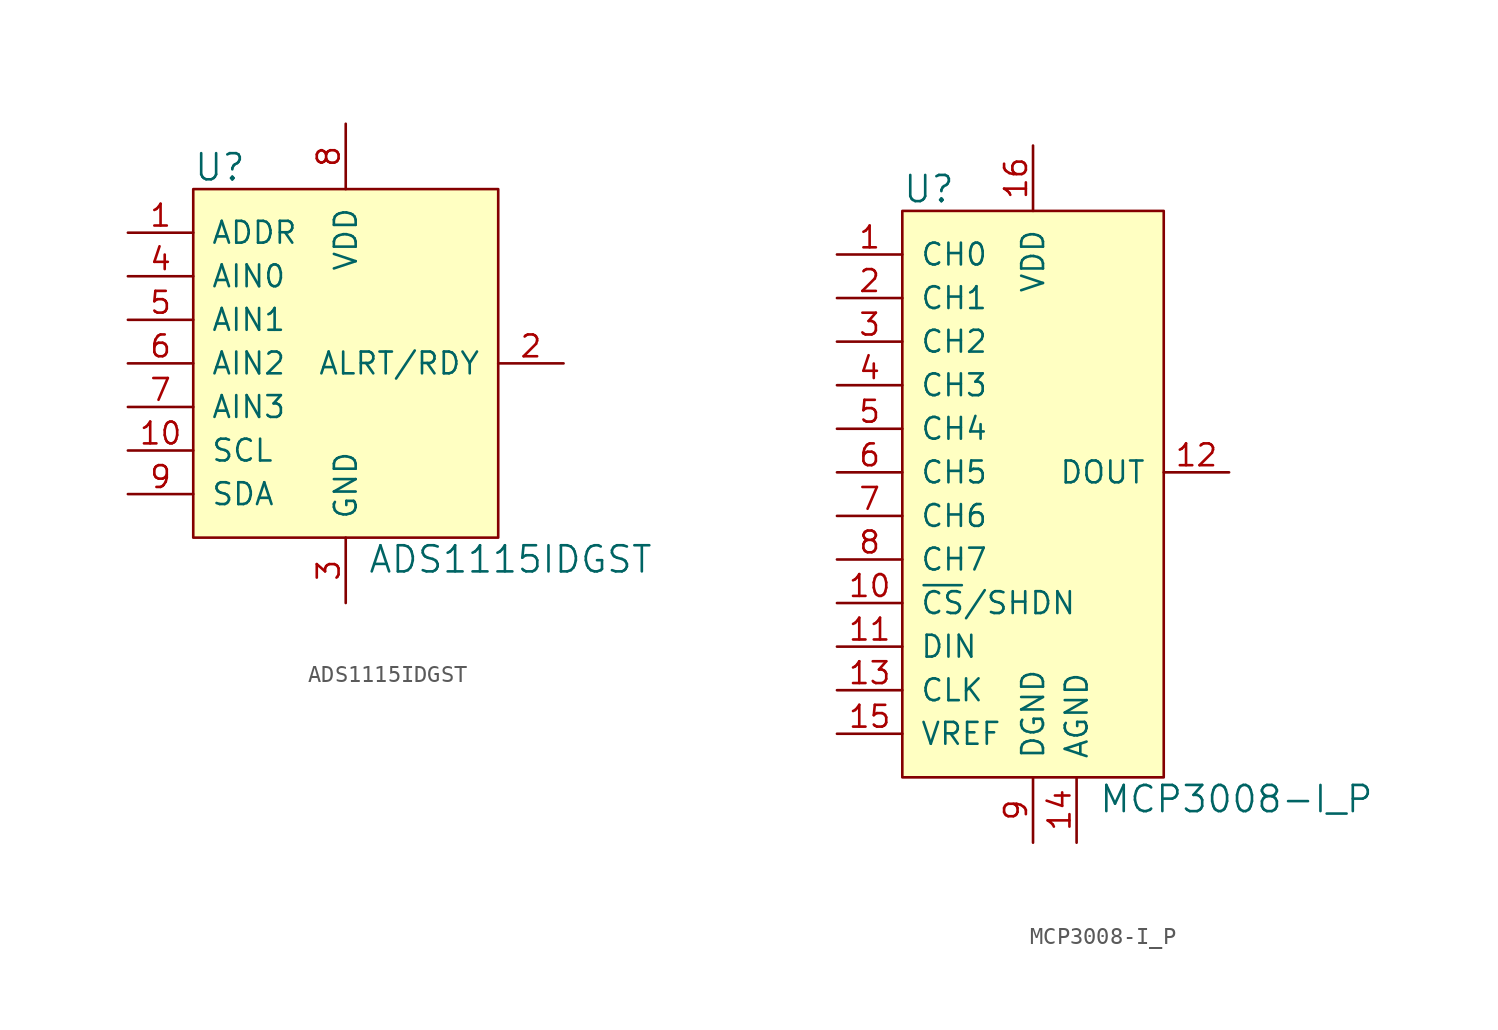
<source format=kicad_sym>
(kicad_symbol_lib
  (version 20201005)
  (generator kicad_symbol_editor)
  (symbol "ADS1115IDGST"
    (pin_names
      (offset 1.016))
    (property "Reference" "U"
      (at -8.89 11.43 0)
      (effects (font (size 1.524 1.524)) (justify left)))
    (property "Value" "ADS1115IDGST"
      (at 1.27 -11.43 0)
      (effects (font (size 1.524 1.524)) (justify left)))
    (symbol "ADS1115IDGST_0_1"
      (rectangle (start -8.89 10.16) (end 8.89 -10.16) (stroke (width 0)) (fill (type background))))
    (symbol "ADS1115IDGST_1_1"
      (pin input line (at -12.7 7.62 0) (length 3.81) (name "ADDR" (effects (font (size 1.27 1.27)))) (number "1" (effects (font (size 1.27 1.27)))))
      (pin output line (at 12.7 0 180) (length 3.81) (name "ALRT/RDY" (effects (font (size 1.27 1.27)))) (number "2" (effects (font (size 1.27 1.27)))))
      (pin power_in line (at 0 -13.97 90) (length 3.81) (name "GND" (effects (font (size 1.27 1.27)))) (number "3" (effects (font (size 1.27 1.27)))))
      (pin input line (at -12.7 5.08 0) (length 3.81) (name "AIN0" (effects (font (size 1.27 1.27)))) (number "4" (effects (font (size 1.27 1.27)))))
      (pin input line (at -12.7 2.54 0) (length 3.81) (name "AIN1" (effects (font (size 1.27 1.27)))) (number "5" (effects (font (size 1.27 1.27)))))
      (pin input line (at -12.7 0 0) (length 3.81) (name "AIN2" (effects (font (size 1.27 1.27)))) (number "6" (effects (font (size 1.27 1.27)))))
      (pin input line (at -12.7 -2.54 0) (length 3.81) (name "AIN3" (effects (font (size 1.27 1.27)))) (number "7" (effects (font (size 1.27 1.27)))))
      (pin power_in line (at 0 13.97 270) (length 3.81) (name "VDD" (effects (font (size 1.27 1.27)))) (number "8" (effects (font (size 1.27 1.27)))))
      (pin bidirectional line (at -12.7 -7.62 0) (length 3.81) (name "SDA" (effects (font (size 1.27 1.27)))) (number "9" (effects (font (size 1.27 1.27)))))
      (pin input line (at -12.7 -5.08 0) (length 3.81) (name "SCL" (effects (font (size 1.27 1.27)))) (number "10" (effects (font (size 1.27 1.27)))))))
  (symbol "MCP3008-I_P"
    (pin_names
      (offset 1.016))
    (property "Reference" "U"
      (at -7.62 16.51 0)
      (effects (font (size 1.524 1.524)) (justify left)))
    (property "Value" "MCP3008-I_P"
      (at 3.81 -19.05 0)
      (effects (font (size 1.524 1.524)) (justify left)))
    (symbol "MCP3008-I_P_0_1"
      (rectangle (start -7.62 15.24) (end 7.62 -17.78) (stroke (width 0)) (fill (type background))))
    (symbol "MCP3008-I_P_1_1"
      (pin input line (at -11.43 12.7 0) (length 3.81) (name "CH0" (effects (font (size 1.27 1.27)))) (number "1" (effects (font (size 1.27 1.27)))))
      (pin input line (at -11.43 10.16 0) (length 3.81) (name "CH1" (effects (font (size 1.27 1.27)))) (number "2" (effects (font (size 1.27 1.27)))))
      (pin input line (at -11.43 7.62 0) (length 3.81) (name "CH2" (effects (font (size 1.27 1.27)))) (number "3" (effects (font (size 1.27 1.27)))))
      (pin input line (at -11.43 5.08 0) (length 3.81) (name "CH3" (effects (font (size 1.27 1.27)))) (number "4" (effects (font (size 1.27 1.27)))))
      (pin input line (at -11.43 2.54 0) (length 3.81) (name "CH4" (effects (font (size 1.27 1.27)))) (number "5" (effects (font (size 1.27 1.27)))))
      (pin input line (at -11.43 0 0) (length 3.81) (name "CH5" (effects (font (size 1.27 1.27)))) (number "6" (effects (font (size 1.27 1.27)))))
      (pin input line (at -11.43 -2.54 0) (length 3.81) (name "CH6" (effects (font (size 1.27 1.27)))) (number "7" (effects (font (size 1.27 1.27)))))
      (pin input line (at -11.43 -5.08 0) (length 3.81) (name "CH7" (effects (font (size 1.27 1.27)))) (number "8" (effects (font (size 1.27 1.27)))))
      (pin power_in line (at 0 -21.59 90) (length 3.81) (name "DGND" (effects (font (size 1.27 1.27)))) (number "9" (effects (font (size 1.27 1.27)))))
      (pin input line (at -11.43 -7.62 0) (length 3.81) (name "~CS~/SHDN" (effects (font (size 1.27 1.27)))) (number "10" (effects (font (size 1.27 1.27)))))
      (pin input line (at -11.43 -10.16 0) (length 3.81) (name "DIN" (effects (font (size 1.27 1.27)))) (number "11" (effects (font (size 1.27 1.27)))))
      (pin output line (at 11.43 0 180) (length 3.81) (name "DOUT" (effects (font (size 1.27 1.27)))) (number "12" (effects (font (size 1.27 1.27)))))
      (pin input line (at -11.43 -12.7 0) (length 3.81) (name "CLK" (effects (font (size 1.27 1.27)))) (number "13" (effects (font (size 1.27 1.27)))))
      (pin power_in line (at 2.54 -21.59 90) (length 3.81) (name "AGND" (effects (font (size 1.27 1.27)))) (number "14" (effects (font (size 1.27 1.27)))))
      (pin input line (at -11.43 -15.24 0) (length 3.81) (name "VREF" (effects (font (size 1.27 1.27)))) (number "15" (effects (font (size 1.27 1.27)))))
      (pin power_in line (at 0 19.05 270) (length 3.81) (name "VDD" (effects (font (size 1.27 1.27)))) (number "16" (effects (font (size 1.27 1.27))))))))
</source>
